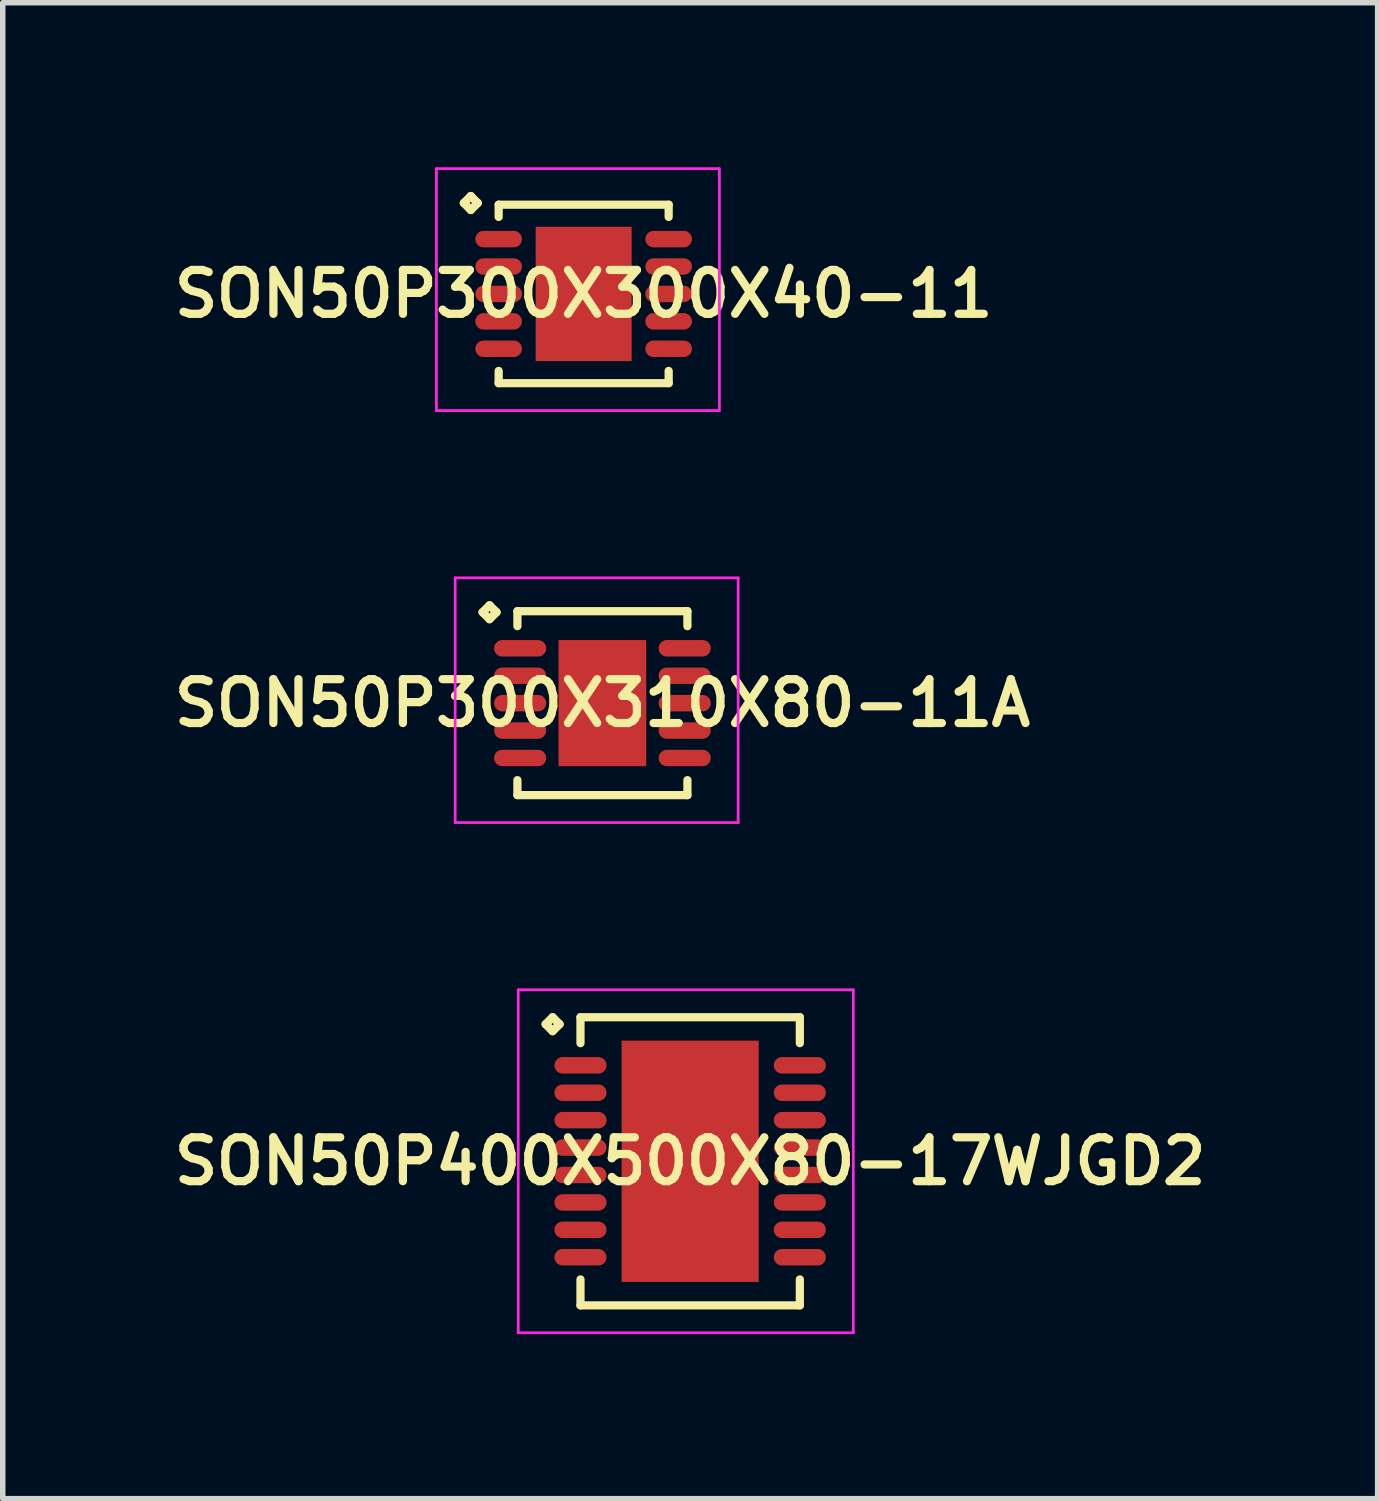
<source format=kicad_pcb>
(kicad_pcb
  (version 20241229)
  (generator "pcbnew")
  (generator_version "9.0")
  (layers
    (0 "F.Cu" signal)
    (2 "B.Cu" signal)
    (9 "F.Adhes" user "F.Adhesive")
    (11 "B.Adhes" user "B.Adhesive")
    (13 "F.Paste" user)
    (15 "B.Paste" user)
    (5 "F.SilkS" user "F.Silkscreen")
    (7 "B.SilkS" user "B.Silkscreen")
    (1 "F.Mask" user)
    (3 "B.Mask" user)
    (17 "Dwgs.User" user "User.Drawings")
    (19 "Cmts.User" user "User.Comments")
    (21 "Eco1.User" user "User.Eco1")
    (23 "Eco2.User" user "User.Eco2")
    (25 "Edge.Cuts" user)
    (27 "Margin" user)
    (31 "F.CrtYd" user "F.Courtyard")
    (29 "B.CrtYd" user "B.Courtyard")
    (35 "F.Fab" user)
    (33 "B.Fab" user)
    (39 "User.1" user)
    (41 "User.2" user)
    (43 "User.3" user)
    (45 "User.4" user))
  (footprint "SON50P400X500X80-17WJGD2"
    (layer "F.Cu")
    (at 9.535 18.126)
    (property "Reference" "SON50P400X500X80-17WJGD2" (at 0 0 0) (layer "F.SilkS") (effects (font (size 0.8 0.8) (thickness 0.15))))
    (attr smd)
    (fp_line (start -2.635 -2.5) (end -2.508 -2.627) (stroke (width 0.15) (type solid)) (layer "F.SilkS"))
    (fp_line (start -2.508 -2.627) (end -2.381 -2.5) (stroke (width 0.15) (type solid)) (layer "F.SilkS"))
    (fp_line (start -2.508 -2.373) (end -2.635 -2.5) (stroke (width 0.15) (type solid)) (layer "F.SilkS"))
    (fp_line (start -2.381 -2.5) (end -2.508 -2.373) (stroke (width 0.15) (type solid)) (layer "F.SilkS"))
    (fp_line (start -2 -2.627) (end 2 -2.627) (stroke (width 0.15) (type solid)) (layer "F.SilkS"))
    (fp_line (start -2 -2.154) (end -2 -2.627) (stroke (width 0.15) (type solid)) (layer "F.SilkS"))
    (fp_line (start -2 2.154) (end -2 2.627) (stroke (width 0.15) (type solid)) (layer "F.SilkS"))
    (fp_line (start -2 2.627) (end 2 2.627) (stroke (width 0.15) (type solid)) (layer "F.SilkS"))
    (fp_line (start 2 -2.627) (end 2 -2.154) (stroke (width 0.15) (type solid)) (layer "F.SilkS"))
    (fp_line (start 2 2.627) (end 2 2.154) (stroke (width 0.15) (type solid)) (layer "F.SilkS"))
    (fp_line (start -3.135 -3.127) (end 2.975 -3.127) (stroke (width 0.05) (type solid)) (layer "F.CrtYd"))
    (fp_line (start -3.135 3.127) (end -3.135 -3.127) (stroke (width 0.05) (type solid)) (layer "F.CrtYd"))
    (fp_line (start 2.975 -3.127) (end 2.975 3.127) (stroke (width 0.05) (type solid)) (layer "F.CrtYd"))
    (fp_line (start 2.975 3.127) (end -3.135 3.127) (stroke (width 0.05) (type solid)) (layer "F.CrtYd"))
    (pad "1" smd oval (at -2 -1.75) (size 0.95 0.3) (layers "F.Cu" "F.Mask" "F.Paste"))
    (pad "2" smd oval (at -2 -1.25) (size 0.95 0.3) (layers "F.Cu" "F.Mask" "F.Paste"))
    (pad "3" smd oval (at -2 -0.75) (size 0.95 0.3) (layers "F.Cu" "F.Mask" "F.Paste"))
    (pad "4" smd oval (at -2 -0.25) (size 0.95 0.3) (layers "F.Cu" "F.Mask" "F.Paste"))
    (pad "5" smd oval (at -2 0.25) (size 0.95 0.3) (layers "F.Cu" "F.Mask" "F.Paste"))
    (pad "6" smd oval (at -2 0.75) (size 0.95 0.3) (layers "F.Cu" "F.Mask" "F.Paste"))
    (pad "7" smd oval (at -2 1.25) (size 0.95 0.3) (layers "F.Cu" "F.Mask" "F.Paste"))
    (pad "8" smd oval (at -2 1.75) (size 0.95 0.3) (layers "F.Cu" "F.Mask" "F.Paste"))
    (pad "9" smd oval (at 2 1.75) (size 0.95 0.3) (layers "F.Cu" "F.Mask" "F.Paste"))
    (pad "10" smd oval (at 2 1.25) (size 0.95 0.3) (layers "F.Cu" "F.Mask" "F.Paste"))
    (pad "11" smd oval (at 2 0.75) (size 0.95 0.3) (layers "F.Cu" "F.Mask" "F.Paste"))
    (pad "12" smd oval (at 2 0.25) (size 0.95 0.3) (layers "F.Cu" "F.Mask" "F.Paste"))
    (pad "13" smd oval (at 2 -0.25) (size 0.95 0.3) (layers "F.Cu" "F.Mask" "F.Paste"))
    (pad "14" smd oval (at 2 -0.75) (size 0.95 0.3) (layers "F.Cu" "F.Mask" "F.Paste"))
    (pad "15" smd oval (at 2 -1.25) (size 0.95 0.3) (layers "F.Cu" "F.Mask" "F.Paste"))
    (pad "16" smd oval (at 2 -1.75) (size 0.95 0.3) (layers "F.Cu" "F.Mask" "F.Paste"))
    (pad "17" smd rect (at 0 0) (size 2.5 4.4) (layers "F.Cu" "F.Mask" "F.Paste")))
  (footprint "SON50P300X310X80-11A"
    (layer "F.Cu")
    (at 7.935 9.772)
    (property "Reference" "SON50P300X310X80-11A" (at 0 0 0) (layer "F.SilkS") (effects (font (size 0.8 0.8) (thickness 0.15))))
    (attr smd)
    (fp_line (start -2.185 -1.658) (end -2.058 -1.785) (stroke (width 0.15) (type solid)) (layer "F.SilkS"))
    (fp_line (start -2.058 -1.785) (end -1.931 -1.658) (stroke (width 0.15) (type solid)) (layer "F.SilkS"))
    (fp_line (start -2.058 -1.531) (end -2.185 -1.658) (stroke (width 0.15) (type solid)) (layer "F.SilkS"))
    (fp_line (start -1.931 -1.658) (end -2.058 -1.531) (stroke (width 0.15) (type solid)) (layer "F.SilkS"))
    (fp_line (start -1.55 -1.677) (end 1.55 -1.677) (stroke (width 0.15) (type solid)) (layer "F.SilkS"))
    (fp_line (start -1.55 -1.404) (end -1.55 -1.677) (stroke (width 0.15) (type solid)) (layer "F.SilkS"))
    (fp_line (start -1.55 1.404) (end -1.55 1.677) (stroke (width 0.15) (type solid)) (layer "F.SilkS"))
    (fp_line (start -1.55 1.677) (end 1.55 1.677) (stroke (width 0.15) (type solid)) (layer "F.SilkS"))
    (fp_line (start 1.55 -1.677) (end 1.55 -1.404) (stroke (width 0.15) (type solid)) (layer "F.SilkS"))
    (fp_line (start 1.55 1.677) (end 1.55 1.404) (stroke (width 0.15) (type solid)) (layer "F.SilkS"))
    (fp_line (start -2.685 -2.285) (end 2.475 -2.285) (stroke (width 0.05) (type solid)) (layer "F.CrtYd"))
    (fp_line (start -2.685 2.177) (end -2.685 -2.285) (stroke (width 0.05) (type solid)) (layer "F.CrtYd"))
    (fp_line (start 2.475 -2.285) (end 2.475 2.177) (stroke (width 0.05) (type solid)) (layer "F.CrtYd"))
    (fp_line (start 2.475 2.177) (end -2.685 2.177) (stroke (width 0.05) (type solid)) (layer "F.CrtYd"))
    (pad "1" smd oval (at -1.5 -1) (size 0.95 0.3) (layers "F.Cu" "F.Mask" "F.Paste"))
    (pad "2" smd oval (at -1.5 -0.5) (size 0.95 0.3) (layers "F.Cu" "F.Mask" "F.Paste"))
    (pad "3" smd oval (at -1.5 0) (size 0.95 0.3) (layers "F.Cu" "F.Mask" "F.Paste"))
    (pad "4" smd oval (at -1.5 0.5) (size 0.95 0.3) (layers "F.Cu" "F.Mask" "F.Paste"))
    (pad "5" smd oval (at -1.5 1) (size 0.95 0.3) (layers "F.Cu" "F.Mask" "F.Paste"))
    (pad "6" smd oval (at 1.5 1) (size 0.95 0.3) (layers "F.Cu" "F.Mask" "F.Paste"))
    (pad "7" smd oval (at 1.5 0.5) (size 0.95 0.3) (layers "F.Cu" "F.Mask" "F.Paste"))
    (pad "8" smd oval (at 1.5 0) (size 0.95 0.3) (layers "F.Cu" "F.Mask" "F.Paste"))
    (pad "9" smd oval (at 1.5 -0.5) (size 0.95 0.3) (layers "F.Cu" "F.Mask" "F.Paste"))
    (pad "10" smd oval (at 1.5 -1) (size 0.95 0.3) (layers "F.Cu" "F.Mask" "F.Paste"))
    (pad "11" smd rect (at 0 0) (size 1.6 2.3) (layers "F.Cu" "F.Mask" "F.Paste")))
  (footprint "SON50P300X300X40-11"
    (layer "F.Cu")
    (at 7.593 2.31)
    (property "Reference" "SON50P300X300X40-11" (at 0 0 0) (layer "F.SilkS") (effects (font (size 0.8 0.8) (thickness 0.15))))
    (attr smd)
    (fp_line (start -2.185 -1.658) (end -2.058 -1.785) (stroke (width 0.15) (type solid)) (layer "F.SilkS"))
    (fp_line (start -2.058 -1.785) (end -1.931 -1.658) (stroke (width 0.15) (type solid)) (layer "F.SilkS"))
    (fp_line (start -2.058 -1.531) (end -2.185 -1.658) (stroke (width 0.15) (type solid)) (layer "F.SilkS"))
    (fp_line (start -1.931 -1.658) (end -2.058 -1.531) (stroke (width 0.15) (type solid)) (layer "F.SilkS"))
    (fp_line (start -1.55 -1.627) (end 1.55 -1.627) (stroke (width 0.15) (type solid)) (layer "F.SilkS"))
    (fp_line (start -1.55 -1.404) (end -1.55 -1.627) (stroke (width 0.15) (type solid)) (layer "F.SilkS"))
    (fp_line (start -1.55 1.404) (end -1.55 1.627) (stroke (width 0.15) (type solid)) (layer "F.SilkS"))
    (fp_line (start -1.55 1.627) (end 1.55 1.627) (stroke (width 0.15) (type solid)) (layer "F.SilkS"))
    (fp_line (start 1.55 -1.627) (end 1.55 -1.404) (stroke (width 0.15) (type solid)) (layer "F.SilkS"))
    (fp_line (start 1.55 1.627) (end 1.55 1.404) (stroke (width 0.15) (type solid)) (layer "F.SilkS"))
    (fp_line (start -2.685 -2.285) (end 2.475 -2.285) (stroke (width 0.05) (type solid)) (layer "F.CrtYd"))
    (fp_line (start -2.685 2.127) (end -2.685 -2.285) (stroke (width 0.05) (type solid)) (layer "F.CrtYd"))
    (fp_line (start 2.475 -2.285) (end 2.475 2.127) (stroke (width 0.05) (type solid)) (layer "F.CrtYd"))
    (fp_line (start 2.475 2.127) (end -2.685 2.127) (stroke (width 0.05) (type solid)) (layer "F.CrtYd"))
    (pad "1" smd oval (at -1.55 -1) (size 0.85 0.3) (layers "F.Cu" "F.Mask" "F.Paste"))
    (pad "2" smd oval (at -1.55 -0.5) (size 0.85 0.3) (layers "F.Cu" "F.Mask" "F.Paste"))
    (pad "3" smd oval (at -1.55 0) (size 0.85 0.3) (layers "F.Cu" "F.Mask" "F.Paste"))
    (pad "4" smd oval (at -1.55 0.5) (size 0.85 0.3) (layers "F.Cu" "F.Mask" "F.Paste"))
    (pad "5" smd oval (at -1.55 1) (size 0.85 0.3) (layers "F.Cu" "F.Mask" "F.Paste"))
    (pad "6" smd oval (at 1.55 1) (size 0.85 0.3) (layers "F.Cu" "F.Mask" "F.Paste"))
    (pad "7" smd oval (at 1.55 0.5) (size 0.85 0.3) (layers "F.Cu" "F.Mask" "F.Paste"))
    (pad "8" smd oval (at 1.55 0) (size 0.85 0.3) (layers "F.Cu" "F.Mask" "F.Paste"))
    (pad "9" smd oval (at 1.55 -0.5) (size 0.85 0.3) (layers "F.Cu" "F.Mask" "F.Paste"))
    (pad "10" smd oval (at 1.55 -1) (size 0.85 0.3) (layers "F.Cu" "F.Mask" "F.Paste"))
    (pad "11" smd rect (at 0 0) (size 1.75 2.45) (layers "F.Cu" "F.Mask" "F.Paste")))
  (gr_rect
    (start -3 -3)
    (end 22.071 24.278)
    (stroke (width 0.1) (type default))
    (fill no)
    (layer "Edge.Cuts")))
</source>
